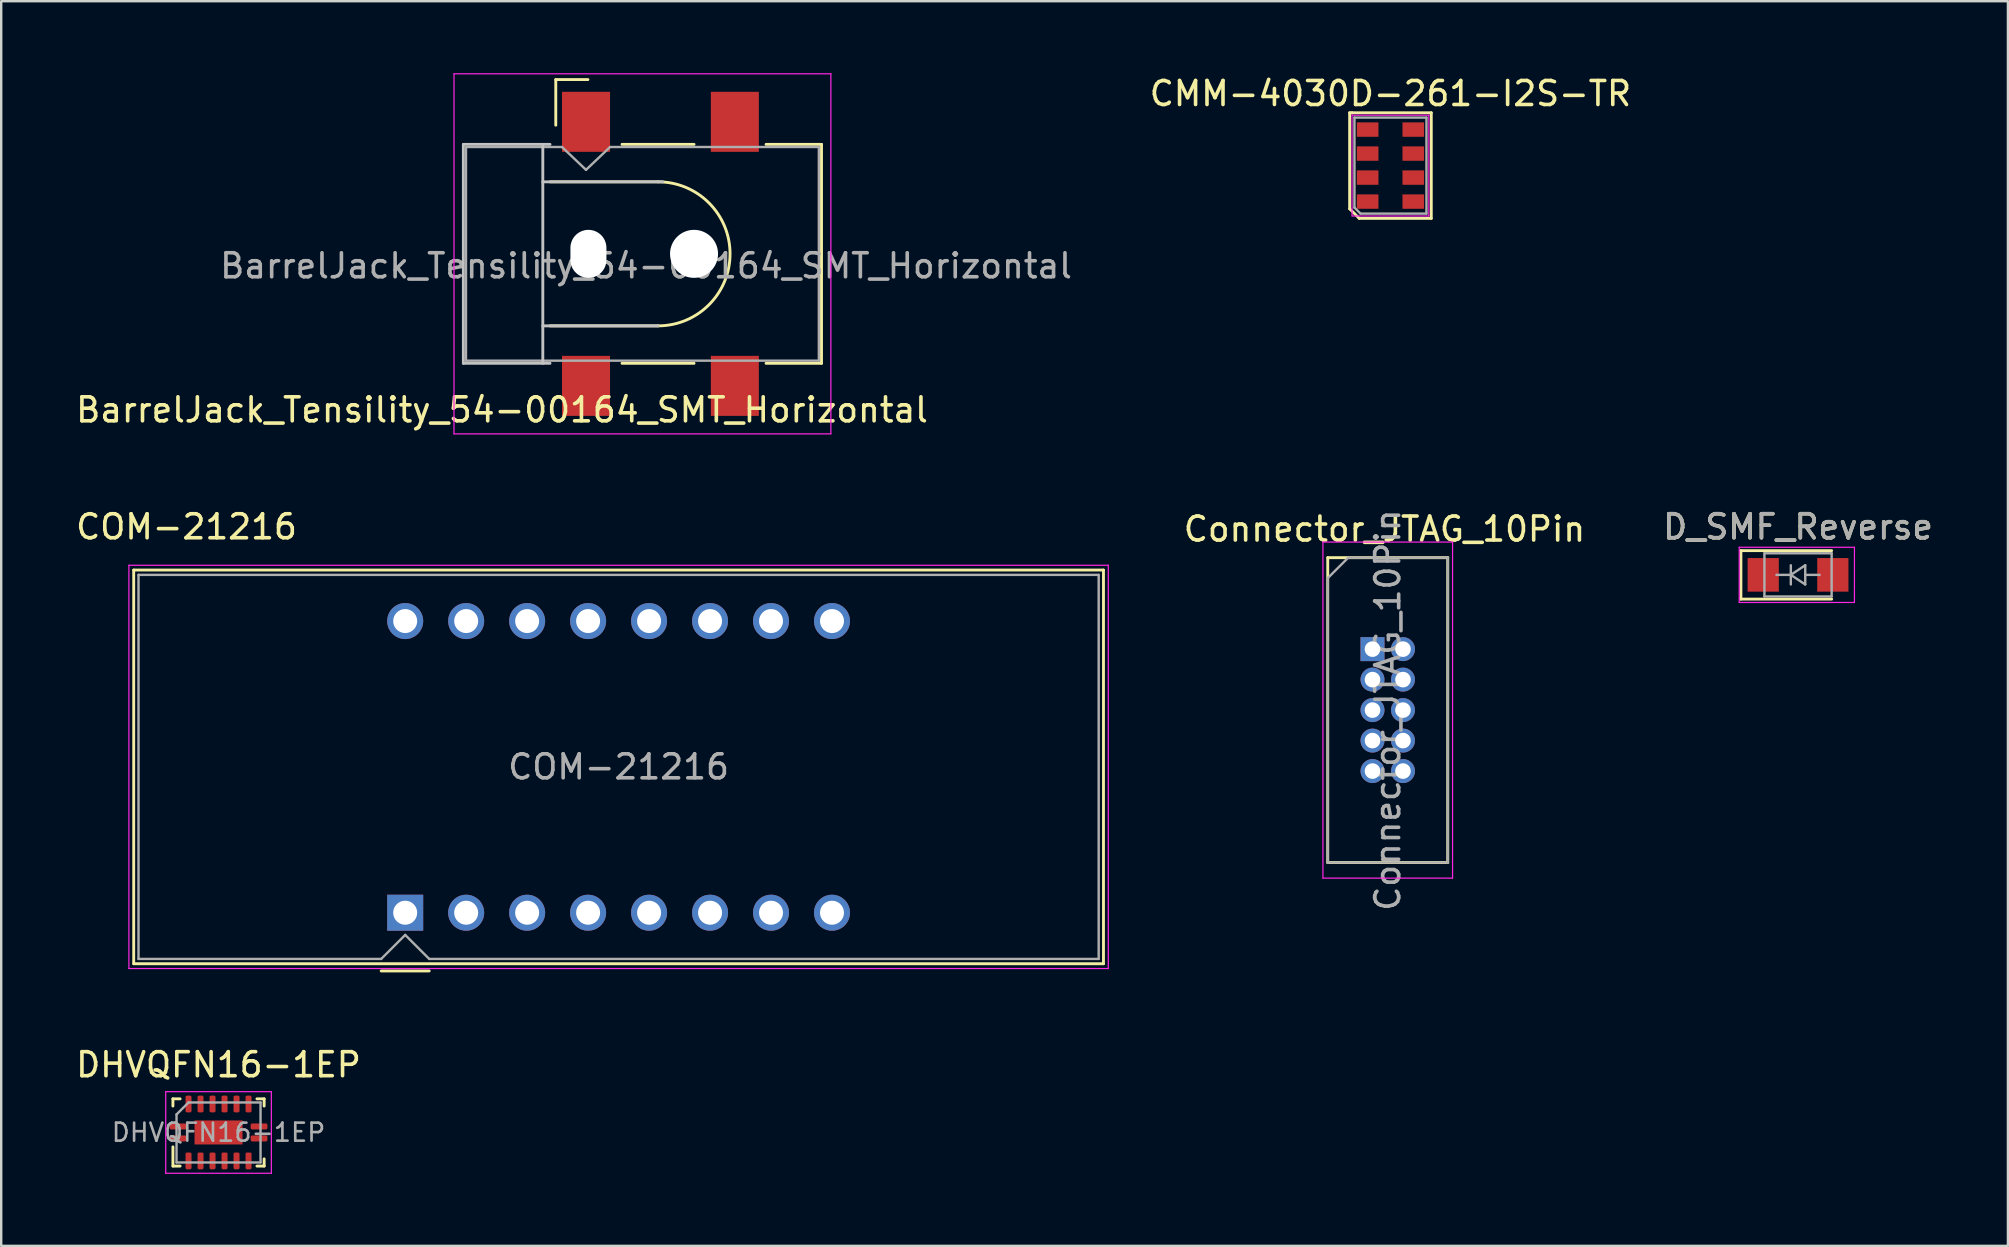
<source format=kicad_pcb>
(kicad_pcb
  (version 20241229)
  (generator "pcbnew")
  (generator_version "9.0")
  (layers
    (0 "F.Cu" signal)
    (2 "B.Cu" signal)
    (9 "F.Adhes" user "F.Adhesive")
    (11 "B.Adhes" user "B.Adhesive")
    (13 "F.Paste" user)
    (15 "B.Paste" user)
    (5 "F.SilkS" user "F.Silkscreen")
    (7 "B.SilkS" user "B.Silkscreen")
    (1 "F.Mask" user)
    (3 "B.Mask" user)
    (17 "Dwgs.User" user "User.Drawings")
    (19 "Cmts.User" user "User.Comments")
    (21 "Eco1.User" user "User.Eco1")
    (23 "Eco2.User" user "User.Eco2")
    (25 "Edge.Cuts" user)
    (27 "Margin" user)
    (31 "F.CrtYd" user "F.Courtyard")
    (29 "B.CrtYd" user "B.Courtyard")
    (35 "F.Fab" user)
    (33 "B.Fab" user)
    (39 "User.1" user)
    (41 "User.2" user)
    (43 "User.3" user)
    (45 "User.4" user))
  (footprint "BarrelJack_Tensility_54-00164_SMT_Horizontal"
    (layer "F.Cu")
    (at 24.363 7.525)
    (property "Reference" "BarrelJack_Tensility_54-00164_SMT_Horizontal" (at -6.5 6.5 180) (layer "F.SilkS") (effects (font (size 1 1) (thickness 0.15))))
    (attr smd)
    (fp_line (start -4.5 -3) (end 0 -3) (stroke (width 0.12) (type solid)) (layer "F.SilkS"))
    (fp_line (start -4.5 3) (end 0 3) (stroke (width 0.12) (type solid)) (layer "F.SilkS"))
    (fp_line (start -4.26 -7.26) (end -4.26 -5.36) (stroke (width 0.12) (type solid)) (layer "F.SilkS"))
    (fp_line (start -2.92 -7.26) (end -4.26 -7.26) (stroke (width 0.12) (type solid)) (layer "F.SilkS"))
    (fp_line (start -1.5 -4.56) (end 1.5 -4.56) (stroke (width 0.12) (type solid)) (layer "F.SilkS"))
    (fp_line (start -1.5 4.56) (end 1.5 4.56) (stroke (width 0.12) (type solid)) (layer "F.SilkS"))
    (fp_line (start 4.5 -4.56) (end 6.81 -4.56) (stroke (width 0.12) (type solid)) (layer "F.SilkS"))
    (fp_line (start 4.5 4.56) (end 6.81 4.56) (stroke (width 0.12) (type solid)) (layer "F.SilkS"))
    (fp_line (start 6.81 4.56) (end 6.81 -4.56) (stroke (width 0.12) (type solid)) (layer "F.SilkS"))
    (fp_arc (start 0 -3) (mid 3 0) (end 0 3) (stroke (width 0.12) (type solid)) (layer "F.SilkS"))
    (fp_line (start -8.11 -4.56) (end -4.5 -4.56) (stroke (width 0.12) (type solid)) (layer "Dwgs.User"))
    (fp_line (start -8.11 4.56) (end -8.11 -4.56) (stroke (width 0.12) (type solid)) (layer "Dwgs.User"))
    (fp_line (start -8.11 4.56) (end -4.5 4.56) (stroke (width 0.12) (type solid)) (layer "Dwgs.User"))
    (fp_line (start -4.8 -3) (end 0.2 -3) (stroke (width 0.12) (type solid)) (layer "Dwgs.User"))
    (fp_line (start -4.8 3) (end 0 3) (stroke (width 0.12) (type solid)) (layer "Dwgs.User"))
    (fp_line (start -4.8 4.56) (end -4.8 -4.56) (stroke (width 0.12) (type solid)) (layer "Dwgs.User"))
    (fp_line (start -8.5 -7.5) (end 7.2 -7.5) (stroke (width 0.05) (type solid)) (layer "F.CrtYd"))
    (fp_line (start -8.5 7.5) (end -8.5 -7.5) (stroke (width 0.05) (type solid)) (layer "F.CrtYd"))
    (fp_line (start -8.5 7.5) (end 7.2 7.5) (stroke (width 0.05) (type solid)) (layer "F.CrtYd"))
    (fp_line (start 7.2 7.5) (end 7.2 -7.5) (stroke (width 0.05) (type solid)) (layer "F.CrtYd"))
    (fp_line (start -8 -4.45) (end -4 -4.45) (stroke (width 0.1) (type solid)) (layer "F.Fab"))
    (fp_line (start -8 4.45) (end -8 -4.45) (stroke (width 0.1) (type solid)) (layer "F.Fab"))
    (fp_line (start -8 4.45) (end 6.7 4.45) (stroke (width 0.1) (type solid)) (layer "F.Fab"))
    (fp_line (start -4 -4.45) (end -3 -3.5) (stroke (width 0.1) (type solid)) (layer "F.Fab"))
    (fp_line (start -3 -3.5) (end -2 -4.45) (stroke (width 0.1) (type solid)) (layer "F.Fab"))
    (fp_line (start -2 -4.45) (end 6.7 -4.45) (stroke (width 0.1) (type solid)) (layer "F.Fab"))
    (fp_line (start 6.7 4.45) (end 6.7 -4.45) (stroke (width 0.1) (type solid)) (layer "F.Fab"))
    (fp_text user "${REFERENCE}" (at -0.5 0.5 180) (layer "F.Fab") (effects (font (size 1 1) (thickness 0.15))))
    (pad "" np_thru_hole oval (at -2.9 0 90) (size 2 1.5) (drill oval 2 1.5) (layers "*.Cu" "*.Mask"))
    (pad "" np_thru_hole circle (at 1.5 0 90) (size 2 2) (drill 2) (layers "*.Cu" "*.Mask"))
    (pad "1" smd rect (at -3 -5.5 90) (size 2.5 2) (layers "F.Cu" "F.Mask" "F.Paste"))
    (pad "1" smd rect (at 3.2 -5.5 90) (size 2.5 2) (layers "F.Cu" "F.Mask" "F.Paste"))
    (pad "2" smd rect (at -3 5.5 90) (size 2.5 2) (layers "F.Cu" "F.Mask" "F.Paste"))
    (pad "3" smd rect (at 3.2 5.5 90) (size 2.5 2) (layers "F.Cu" "F.Mask" "F.Paste")))
  (footprint "CMM-4030D-261-I2S-TR"
    (layer "F.Cu")
    (at 53.375 1.848)
    (property "Reference" "CMM-4030D-261-I2S-TR" (at 1.5 -1 0) (unlocked yes) (layer "F.SilkS") (effects (font (size 1 1) (thickness 0.15))))
    (attr smd)
    (fp_line (start -0.2 -0.2) (end -0.1 -0.2) (stroke (width 0.12) (type solid)) (layer "F.SilkS"))
    (fp_line (start -0.2 3.8) (end -0.2 -0.2) (stroke (width 0.12) (type solid)) (layer "F.SilkS"))
    (fp_line (start -0.1 -0.2) (end 3.2 -0.2) (stroke (width 0.12) (type solid)) (layer "F.SilkS"))
    (fp_line (start 0.2 4.2) (end -0.2 3.8) (stroke (width 0.12) (type solid)) (layer "F.SilkS"))
    (fp_line (start 3.2 -0.2) (end 3.2 4.2) (stroke (width 0.12) (type solid)) (layer "F.SilkS"))
    (fp_line (start 3.2 4.2) (end 0.2 4.2) (stroke (width 0.12) (type solid)) (layer "F.SilkS"))
    (fp_line (start -0.1 -0.1) (end 3.1 -0.1) (stroke (width 0.05) (type solid)) (layer "F.CrtYd"))
    (fp_line (start -0.1 4.1) (end -0.1 -0.1) (stroke (width 0.05) (type solid)) (layer "F.CrtYd"))
    (fp_line (start 3.1 -0.1) (end 3.1 4.1) (stroke (width 0.05) (type solid)) (layer "F.CrtYd"))
    (fp_line (start 3.1 4.1) (end -0.1 4.1) (stroke (width 0.05) (type solid)) (layer "F.CrtYd"))
    (fp_line (start 0 0) (end 3 0) (stroke (width 0.1) (type solid)) (layer "F.Fab"))
    (fp_line (start 0 3.75) (end 0 0) (stroke (width 0.1) (type solid)) (layer "F.Fab"))
    (fp_line (start 0.25 4) (end 0 3.75) (stroke (width 0.1) (type solid)) (layer "F.Fab"))
    (fp_line (start 3 0) (end 3 4) (stroke (width 0.1) (type solid)) (layer "F.Fab"))
    (fp_line (start 3 4) (end 0.25 4) (stroke (width 0.1) (type solid)) (layer "F.Fab"))
    (pad "1" smd rect (at 0.55 3.5) (size 0.9 0.6) (layers "F.Cu" "F.Mask" "F.Paste"))
    (pad "2" smd rect (at 0.55 2.5) (size 0.9 0.6) (layers "F.Cu" "F.Mask" "F.Paste"))
    (pad "3" smd rect (at 0.55 1.5) (size 0.9 0.6) (layers "F.Cu" "F.Mask" "F.Paste"))
    (pad "4" smd rect (at 0.55 0.5) (size 0.9 0.6) (layers "F.Cu" "F.Mask" "F.Paste"))
    (pad "5" smd rect (at 2.45 0.5) (size 0.9 0.6) (layers "F.Cu" "F.Mask" "F.Paste"))
    (pad "6" smd rect (at 2.45 1.5) (size 0.9 0.6) (layers "F.Cu" "F.Mask" "F.Paste"))
    (pad "7" smd rect (at 2.45 2.5) (size 0.9 0.6) (layers "F.Cu" "F.Mask" "F.Paste"))
    (pad "8" smd rect (at 2.45 3.5) (size 0.9 0.6) (layers "F.Cu" "F.Mask" "F.Paste")))
  (footprint "D_SMF_Reverse"
    (layer "F.Cu")
    (at 71.854 20.898)
    (property "Reference" "D_SMF_Reverse" (at 0 -2 0) (layer "F.SilkS") (effects (font (size 1 1) (thickness 0.15))))
    (attr smd)
    (fp_line (start -2.38 -1.01) (end -2.38 1.01) (stroke (width 0.12) (type solid)) (layer "F.SilkS"))
    (fp_line (start -2.38 -1.01) (end 1.4 -1.01) (stroke (width 0.12) (type solid)) (layer "F.SilkS"))
    (fp_line (start -2.38 1.01) (end 1.4 1.01) (stroke (width 0.12) (type solid)) (layer "F.SilkS"))
    (fp_line (start -2.45 -1.15) (end 2.35 -1.15) (stroke (width 0.05) (type solid)) (layer "F.CrtYd"))
    (fp_line (start -2.45 1.15) (end -2.45 -1.15) (stroke (width 0.05) (type solid)) (layer "F.CrtYd"))
    (fp_line (start 2.35 -1.15) (end 2.35 1.15) (stroke (width 0.05) (type solid)) (layer "F.CrtYd"))
    (fp_line (start 2.35 1.15) (end -2.45 1.15) (stroke (width 0.05) (type solid)) (layer "F.CrtYd"))
    (fp_line (start -1.4 0.9) (end -1.4 -0.9) (stroke (width 0.1) (type solid)) (layer "F.Fab"))
    (fp_line (start -0.3 -0.4) (end -0.3 0.4) (stroke (width 0.1) (type solid)) (layer "F.Fab"))
    (fp_line (start -0.3 0) (end -0.9 0) (stroke (width 0.1) (type solid)) (layer "F.Fab"))
    (fp_line (start -0.3 0) (end 0.3 -0.4) (stroke (width 0.1) (type solid)) (layer "F.Fab"))
    (fp_line (start -0.3 0.001) (end 0.3 0.4) (stroke (width 0.1) (type solid)) (layer "F.Fab"))
    (fp_line (start 0.3 0) (end 0.9 0) (stroke (width 0.1) (type solid)) (layer "F.Fab"))
    (fp_line (start 0.3 0.4) (end 0.3 -0.4) (stroke (width 0.1) (type solid)) (layer "F.Fab"))
    (fp_line (start 1.4 -0.9) (end -1.4 -0.9) (stroke (width 0.1) (type solid)) (layer "F.Fab"))
    (fp_line (start 1.4 -0.9) (end 1.4 0.9) (stroke (width 0.1) (type solid)) (layer "F.Fab"))
    (fp_line (start 1.4 0.9) (end -1.4 0.9) (stroke (width 0.1) (type solid)) (layer "F.Fab"))
    (fp_text user "${REFERENCE}" (at 0 -2 0) (layer "F.Fab") (effects (font (size 1 1) (thickness 0.15))))
    (pad "1" smd rect (at 1.45 0) (size 1.3 1.4) (layers "F.Cu" "F.Mask" "F.Paste"))
    (pad "2" smd rect (at -1.45 0) (size 1.3 1.4) (layers "F.Cu" "F.Mask" "F.Paste")))
  (footprint "DHVQFN16-1EP"
    (layer "F.Cu")
    (at 6.054 44.127)
    (property "Reference" "DHVQFN16-1EP" (at 0 -2.82 0) (layer "F.SilkS") (effects (font (size 1 1) (thickness 0.15))))
    (attr smd)
    (fp_line (start -1.9 -1.1) (end -1.9 -1.4) (stroke (width 0.12) (type solid)) (layer "F.SilkS"))
    (fp_line (start -1.9 1.4) (end -1.9 0.6) (stroke (width 0.12) (type solid)) (layer "F.SilkS"))
    (fp_line (start -1.6 -1.4) (end -1.9 -1.4) (stroke (width 0.12) (type solid)) (layer "F.SilkS"))
    (fp_line (start -1.6 1.4) (end -1.9 1.4) (stroke (width 0.12) (type solid)) (layer "F.SilkS"))
    (fp_line (start 1.6 -1.4) (end 1.9 -1.4) (stroke (width 0.12) (type solid)) (layer "F.SilkS"))
    (fp_line (start 1.6 1.4) (end 1.9 1.4) (stroke (width 0.12) (type solid)) (layer "F.SilkS"))
    (fp_line (start 1.9 -1.4) (end 1.9 -1.1) (stroke (width 0.12) (type solid)) (layer "F.SilkS"))
    (fp_line (start 1.9 1.4) (end 1.9 1.1) (stroke (width 0.12) (type solid)) (layer "F.SilkS"))
    (fp_line (start -2.2 -1.7) (end -2.2 1.7) (stroke (width 0.05) (type solid)) (layer "F.CrtYd"))
    (fp_line (start -2.2 1.7) (end 2.2 1.7) (stroke (width 0.05) (type solid)) (layer "F.CrtYd"))
    (fp_line (start 2.2 -1.7) (end -2.2 -1.7) (stroke (width 0.05) (type solid)) (layer "F.CrtYd"))
    (fp_line (start 2.2 1.7) (end 2.2 -1.7) (stroke (width 0.05) (type solid)) (layer "F.CrtYd"))
    (fp_line (start -1.75 -0.75) (end -1.25 -1.25) (stroke (width 0.1) (type solid)) (layer "F.Fab"))
    (fp_line (start -1.75 1.25) (end -1.75 -0.75) (stroke (width 0.1) (type solid)) (layer "F.Fab"))
    (fp_line (start -1.25 -1.25) (end 1.75 -1.25) (stroke (width 0.1) (type solid)) (layer "F.Fab"))
    (fp_line (start 1.75 -1.25) (end 1.75 1.25) (stroke (width 0.1) (type solid)) (layer "F.Fab"))
    (fp_line (start 1.75 1.25) (end -1.75 1.25) (stroke (width 0.1) (type solid)) (layer "F.Fab"))
    (fp_text user "${REFERENCE}" (at 0 0 0) (layer "F.Fab") (effects (font (size 0.75 0.75) (thickness 0.11))))
    (pad "" smd roundrect (at -0.5 -0.25) (size 0.85 0.35) (layers "F.Paste") (roundrect_rratio 0.25))
    (pad "" smd roundrect (at -0.5 0.25) (size 0.85 0.35) (layers "F.Paste") (roundrect_rratio 0.25))
    (pad "" smd roundrect (at 0.5 -0.25) (size 0.85 0.35) (layers "F.Paste") (roundrect_rratio 0.25))
    (pad "" smd roundrect (at 0.5 0.25) (size 0.85 0.35) (layers "F.Paste") (roundrect_rratio 0.25))
    (pad "1" smd roundrect (at -1.688 0.25) (size 0.7 0.25) (layers "F.Cu" "F.Mask" "F.Paste") (roundrect_rratio 0.25))
    (pad "2" smd roundrect (at -1.25 1.185 90) (size 0.7 0.25) (layers "F.Cu" "F.Mask" "F.Paste") (roundrect_rratio 0.25))
    (pad "3" smd roundrect (at -0.75 1.185 90) (size 0.7 0.25) (layers "F.Cu" "F.Mask" "F.Paste") (roundrect_rratio 0.25))
    (pad "4" smd roundrect (at -0.25 1.185 90) (size 0.7 0.25) (layers "F.Cu" "F.Mask" "F.Paste") (roundrect_rratio 0.25))
    (pad "5" smd roundrect (at 0.25 1.185) (size 0.25 0.7) (layers "F.Cu" "F.Mask" "F.Paste") (roundrect_rratio 0.25))
    (pad "6" smd roundrect (at 0.75 1.185) (size 0.25 0.7) (layers "F.Cu" "F.Mask" "F.Paste") (roundrect_rratio 0.25))
    (pad "7" smd roundrect (at 1.25 1.185) (size 0.25 0.7) (layers "F.Cu" "F.Mask" "F.Paste") (roundrect_rratio 0.25))
    (pad "8" smd rect (at 0 0) (size 2 1) (layers "F.Cu" "F.Mask"))
    (pad "8" smd roundrect (at 1.688 0.25 90) (size 0.25 0.7) (layers "F.Cu" "F.Mask" "F.Paste") (roundrect_rratio 0.25))
    (pad "9" smd roundrect (at 1.688 -0.25) (size 0.7 0.25) (layers "F.Cu" "F.Mask" "F.Paste") (roundrect_rratio 0.25))
    (pad "10" smd roundrect (at 1.25 -1.185 270) (size 0.7 0.25) (layers "F.Cu" "F.Mask" "F.Paste") (roundrect_rratio 0.25))
    (pad "11" smd roundrect (at 0.75 -1.185 270) (size 0.7 0.25) (layers "F.Cu" "F.Mask" "F.Paste") (roundrect_rratio 0.25))
    (pad "12" smd roundrect (at 0.25 -1.185 270) (size 0.7 0.25) (layers "F.Cu" "F.Mask" "F.Paste") (roundrect_rratio 0.25))
    (pad "13" smd roundrect (at -0.25 -1.185 180) (size 0.25 0.7) (layers "F.Cu" "F.Mask" "F.Paste") (roundrect_rratio 0.25))
    (pad "14" smd roundrect (at -0.75 -1.185 180) (size 0.25 0.7) (layers "F.Cu" "F.Mask" "F.Paste") (roundrect_rratio 0.25))
    (pad "15" smd roundrect (at -1.25 -1.185 180) (size 0.25 0.7) (layers "F.Cu" "F.Mask" "F.Paste") (roundrect_rratio 0.25))
    (pad "16" smd roundrect (at -1.688 -0.25 90) (size 0.25 0.7) (layers "F.Cu" "F.Mask" "F.Paste") (roundrect_rratio 0.25)))
  (footprint "COM-21216"
    (layer "F.Cu")
    (at 22.72 28.898)
    (property "Reference" "COM-21216" (at -18 -10 0) (layer "F.SilkS") (effects (font (size 1 1) (thickness 0.15))))
    (attr through_hole)
    (fp_line (start -20.2 8.2) (end -20.2 -8.2) (stroke (width 0.12) (type solid)) (layer "F.SilkS"))
    (fp_line (start -20.2 8.2) (end 20.2 8.2) (stroke (width 0.12) (type solid)) (layer "F.SilkS"))
    (fp_line (start -9.89 8.5) (end -7.89 8.5) (stroke (width 0.12) (type solid)) (layer "F.SilkS"))
    (fp_line (start 20.2 -8.2) (end -20.2 -8.2) (stroke (width 0.12) (type solid)) (layer "F.SilkS"))
    (fp_line (start 20.2 8.2) (end 20.2 -8.2) (stroke (width 0.12) (type solid)) (layer "F.SilkS"))
    (fp_line (start -20.4 -8.4) (end 20.4 -8.4) (stroke (width 0.05) (type solid)) (layer "F.CrtYd"))
    (fp_line (start -20.4 8.4) (end -20.4 -8.4) (stroke (width 0.05) (type solid)) (layer "F.CrtYd"))
    (fp_line (start 20.4 -8.4) (end 20.4 8.4) (stroke (width 0.05) (type solid)) (layer "F.CrtYd"))
    (fp_line (start 20.4 8.4) (end -20.4 8.4) (stroke (width 0.05) (type solid)) (layer "F.CrtYd"))
    (fp_line (start -20 -8) (end 20 -8) (stroke (width 0.1) (type solid)) (layer "F.Fab"))
    (fp_line (start -20 8) (end -20 -8) (stroke (width 0.1) (type solid)) (layer "F.Fab"))
    (fp_line (start -9.89 8) (end -20 8) (stroke (width 0.1) (type solid)) (layer "F.Fab"))
    (fp_line (start -8.89 7) (end -9.89 8) (stroke (width 0.1) (type solid)) (layer "F.Fab"))
    (fp_line (start -7.89 8) (end -8.89 7) (stroke (width 0.1) (type solid)) (layer "F.Fab"))
    (fp_line (start -7.89 8) (end 20 8) (stroke (width 0.1) (type solid)) (layer "F.Fab"))
    (fp_line (start 20 8) (end 20 -8) (stroke (width 0.1) (type solid)) (layer "F.Fab"))
    (fp_text user "${REFERENCE}" (at 0 0 0) (layer "F.Fab") (effects (font (size 1 1) (thickness 0.15))))
    (pad "1" thru_hole rect (at -8.89 6.075 90) (size 1.5 1.5) (drill 1) (layers "*.Cu" "*.Mask"))
    (pad "2" thru_hole circle (at -6.35 6.075 90) (size 1.5 1.5) (drill 1) (layers "*.Cu" "*.Mask"))
    (pad "3" thru_hole circle (at -3.81 6.075 90) (size 1.5 1.5) (drill 1) (layers "*.Cu" "*.Mask"))
    (pad "4" thru_hole circle (at -1.27 6.075 90) (size 1.5 1.5) (drill 1) (layers "*.Cu" "*.Mask"))
    (pad "5" thru_hole circle (at 1.27 6.075 90) (size 1.5 1.5) (drill 1) (layers "*.Cu" "*.Mask"))
    (pad "6" thru_hole circle (at 3.81 6.075 90) (size 1.5 1.5) (drill 1) (layers "*.Cu" "*.Mask"))
    (pad "7" thru_hole circle (at 6.35 6.075 90) (size 1.5 1.5) (drill 1) (layers "*.Cu" "*.Mask"))
    (pad "8" thru_hole circle (at 8.89 6.075 90) (size 1.5 1.5) (drill 1) (layers "*.Cu" "*.Mask"))
    (pad "9" thru_hole circle (at 8.89 -6.075 90) (size 1.5 1.5) (drill 1) (layers "*.Cu" "*.Mask"))
    (pad "10" thru_hole circle (at 6.35 -6.075 90) (size 1.5 1.5) (drill 1) (layers "*.Cu" "*.Mask"))
    (pad "11" thru_hole circle (at 3.81 -6.075 90) (size 1.5 1.5) (drill 1) (layers "*.Cu" "*.Mask"))
    (pad "12" thru_hole circle (at 1.27 -6.075 90) (size 1.5 1.5) (drill 1) (layers "*.Cu" "*.Mask"))
    (pad "13" thru_hole circle (at -1.27 -6.075 90) (size 1.5 1.5) (drill 1) (layers "*.Cu" "*.Mask"))
    (pad "14" thru_hole circle (at -3.81 -6.075 90) (size 1.5 1.5) (drill 1) (layers "*.Cu" "*.Mask"))
    (pad "15" thru_hole circle (at -6.35 -6.075 90) (size 1.5 1.5) (drill 1) (layers "*.Cu" "*.Mask"))
    (pad "16" thru_hole circle (at -8.89 -6.075 90) (size 1.5 1.5) (drill 1) (layers "*.Cu" "*.Mask")))
  (footprint "Connector_JTAG_10Pin"
    (layer "F.Cu")
    (at 54.127 23.992)
    (property "Reference" "Connector_JTAG_10Pin" (at 0.5 -5 0) (layer "F.SilkS") (effects (font (size 1 1) (thickness 0.15))))
    (attr through_hole)
    (fp_line (start -1.865 -3.81) (end -1.865 8.89) (stroke (width 0.12) (type solid)) (layer "F.SilkS"))
    (fp_line (start -1.865 -3.81) (end 3.135 -3.81) (stroke (width 0.12) (type solid)) (layer "F.SilkS"))
    (fp_line (start -1.865 8.89) (end 3.135 8.89) (stroke (width 0.12) (type solid)) (layer "F.SilkS"))
    (fp_line (start 3.135 -3.81) (end 3.135 8.89) (stroke (width 0.12) (type solid)) (layer "F.SilkS"))
    (fp_line (start -2.065 -4.46) (end -2.065 9.54) (stroke (width 0.05) (type solid)) (layer "F.CrtYd"))
    (fp_line (start -2.065 9.54) (end 3.335 9.54) (stroke (width 0.05) (type solid)) (layer "F.CrtYd"))
    (fp_line (start 3.335 -4.46) (end -2.065 -4.46) (stroke (width 0.05) (type solid)) (layer "F.CrtYd"))
    (fp_line (start 3.335 9.54) (end 3.335 -4.46) (stroke (width 0.05) (type solid)) (layer "F.CrtYd"))
    (fp_line (start -1.865 -2.958) (end -1.012 -3.81) (stroke (width 0.1) (type solid)) (layer "F.Fab"))
    (fp_line (start -1.865 8.89) (end -1.865 -2.958) (stroke (width 0.1) (type solid)) (layer "F.Fab"))
    (fp_line (start -1.012 -3.81) (end 3.135 -3.81) (stroke (width 0.1) (type solid)) (layer "F.Fab"))
    (fp_line (start 3.135 -3.81) (end 3.135 8.89) (stroke (width 0.1) (type solid)) (layer "F.Fab"))
    (fp_line (start 3.135 8.89) (end -1.865 8.89) (stroke (width 0.1) (type solid)) (layer "F.Fab"))
    (fp_text user "${REFERENCE}" (at 0.635 2.54 90) (layer "F.Fab") (effects (font (size 1 1) (thickness 0.15))))
    (pad "1" thru_hole rect (at 0 0) (size 1 1) (drill 0.65) (layers "*.Cu" "*.Mask"))
    (pad "2" thru_hole oval (at 1.27 0) (size 1 1) (drill 0.65) (layers "*.Cu" "*.Mask"))
    (pad "3" thru_hole oval (at 0 1.27) (size 1 1) (drill 0.65) (layers "*.Cu" "*.Mask"))
    (pad "4" thru_hole oval (at 1.27 1.27) (size 1 1) (drill 0.65) (layers "*.Cu" "*.Mask"))
    (pad "5" thru_hole oval (at 0 2.54) (size 1 1) (drill 0.65) (layers "*.Cu" "*.Mask"))
    (pad "6" thru_hole oval (at 1.27 2.54) (size 1 1) (drill 0.65) (layers "*.Cu" "*.Mask"))
    (pad "7" thru_hole oval (at 0 3.81) (size 1 1) (drill 0.65) (layers "*.Cu" "*.Mask"))
    (pad "8" thru_hole oval (at 1.27 3.81) (size 1 1) (drill 0.65) (layers "*.Cu" "*.Mask"))
    (pad "9" thru_hole oval (at 0 5.08) (size 1 1) (drill 0.65) (layers "*.Cu" "*.Mask"))
    (pad "10" thru_hole oval (at 1.27 5.08) (size 1 1) (drill 0.65) (layers "*.Cu" "*.Mask")))
  (gr_rect
    (start -3 -3)
    (end 80.598 48.852)
    (stroke (width 0.1) (type default))
    (fill no)
    (layer "Edge.Cuts")))
</source>
